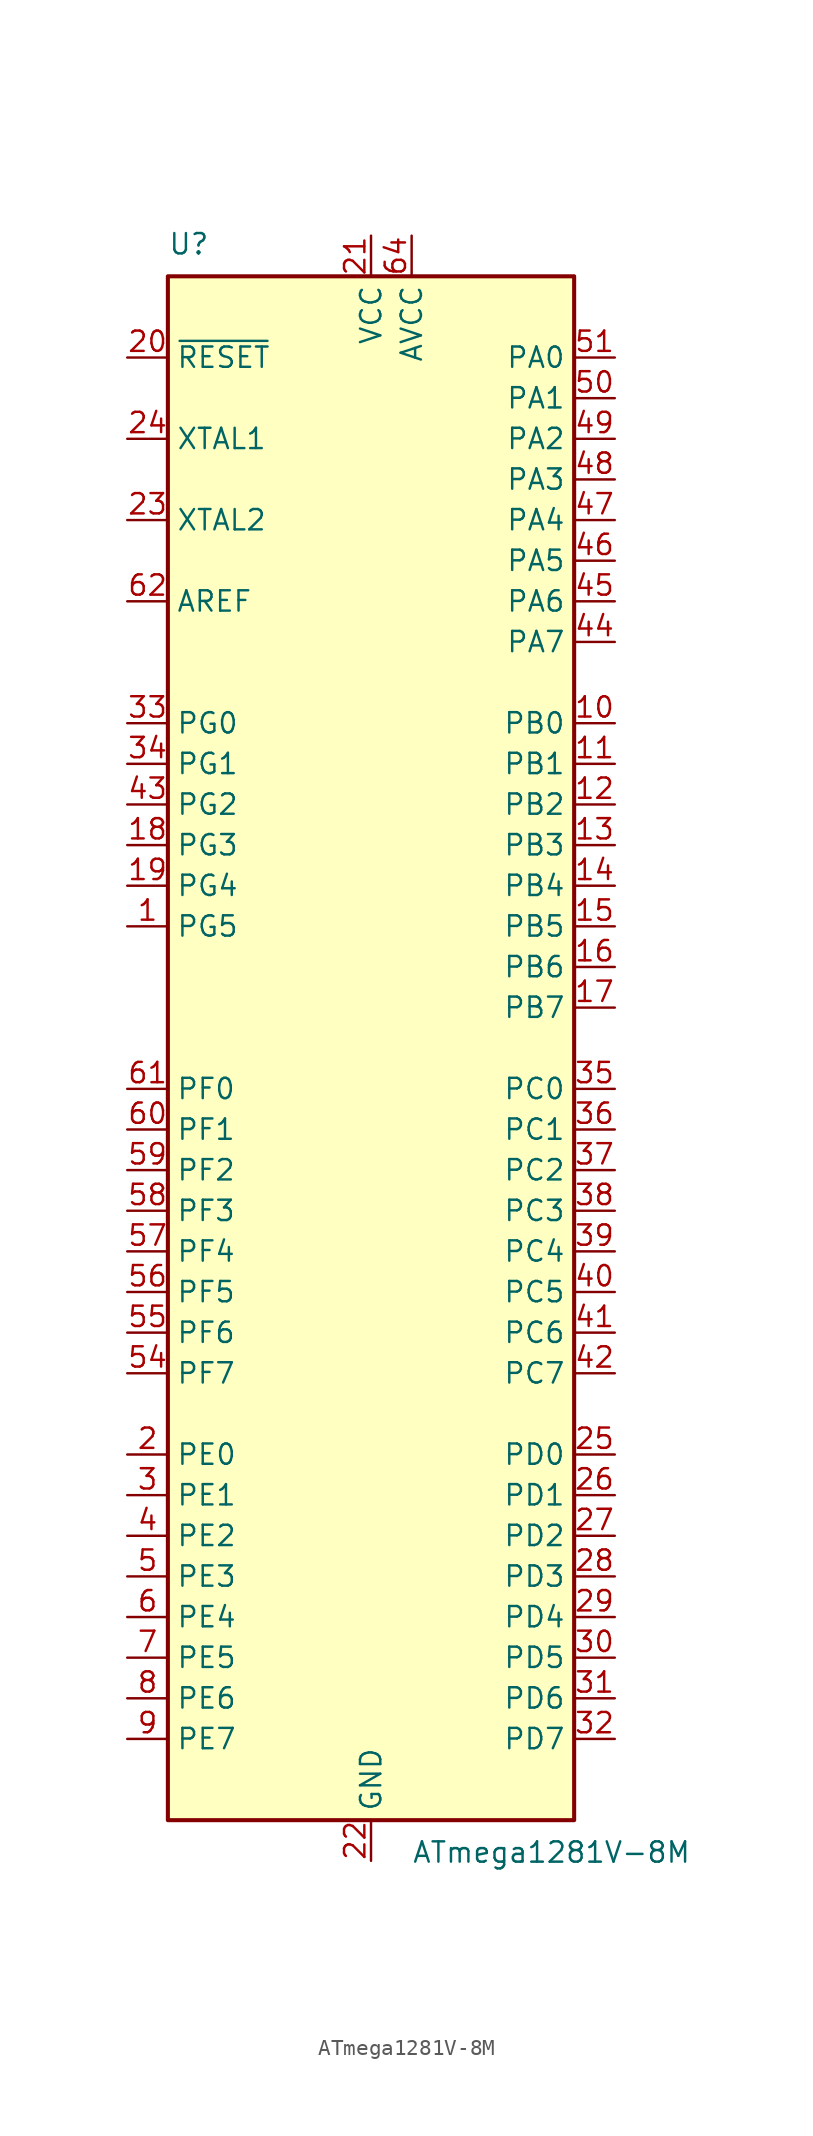
<source format=kicad_sym>
(kicad_symbol_lib
  (version 20231120)
  (generator "kicad_symbol_editor")
  (generator_version "8.0")
  (symbol "ATmega1281V-8M"
    (property "Reference" "U"
      (at -12.7 49.53 0)
      (effects (font (size 1.27 1.27)) (justify left bottom)))
    (property "Value" "ATmega1281V-8M"
      (at 2.54 -49.53 0)
      (effects (font (size 1.27 1.27)) (justify left top)))
    (symbol "ATmega1281V-8M_0_1"
      (rectangle (start -12.7 -48.26) (end 12.7 48.26) (stroke (width 0.254) (type default)) (fill (type background))))
    (symbol "ATmega1281V-8M_1_1"
      (pin bidirectional line (at -15.24 7.62 0) (length 2.54) (name "PG5" (effects (font (size 1.27 1.27)))) (number "1" (effects (font (size 1.27 1.27)))))
      (pin bidirectional line (at 15.24 20.32 180) (length 2.54) (name "PB0" (effects (font (size 1.27 1.27)))) (number "10" (effects (font (size 1.27 1.27)))))
      (pin bidirectional line (at 15.24 17.78 180) (length 2.54) (name "PB1" (effects (font (size 1.27 1.27)))) (number "11" (effects (font (size 1.27 1.27)))))
      (pin bidirectional line (at 15.24 15.24 180) (length 2.54) (name "PB2" (effects (font (size 1.27 1.27)))) (number "12" (effects (font (size 1.27 1.27)))))
      (pin bidirectional line (at 15.24 12.7 180) (length 2.54) (name "PB3" (effects (font (size 1.27 1.27)))) (number "13" (effects (font (size 1.27 1.27)))))
      (pin bidirectional line (at 15.24 10.16 180) (length 2.54) (name "PB4" (effects (font (size 1.27 1.27)))) (number "14" (effects (font (size 1.27 1.27)))))
      (pin bidirectional line (at 15.24 7.62 180) (length 2.54) (name "PB5" (effects (font (size 1.27 1.27)))) (number "15" (effects (font (size 1.27 1.27)))))
      (pin bidirectional line (at 15.24 5.08 180) (length 2.54) (name "PB6" (effects (font (size 1.27 1.27)))) (number "16" (effects (font (size 1.27 1.27)))))
      (pin bidirectional line (at 15.24 2.54 180) (length 2.54) (name "PB7" (effects (font (size 1.27 1.27)))) (number "17" (effects (font (size 1.27 1.27)))))
      (pin bidirectional line (at -15.24 12.7 0) (length 2.54) (name "PG3" (effects (font (size 1.27 1.27)))) (number "18" (effects (font (size 1.27 1.27)))))
      (pin bidirectional line (at -15.24 10.16 0) (length 2.54) (name "PG4" (effects (font (size 1.27 1.27)))) (number "19" (effects (font (size 1.27 1.27)))))
      (pin bidirectional line (at -15.24 -25.4 0) (length 2.54) (name "PE0" (effects (font (size 1.27 1.27)))) (number "2" (effects (font (size 1.27 1.27)))))
      (pin input line (at -15.24 43.18 0) (length 2.54) (name "~{RESET}" (effects (font (size 1.27 1.27)))) (number "20" (effects (font (size 1.27 1.27)))))
      (pin power_in line (at 0 50.8 270) (length 2.54) (name "VCC" (effects (font (size 1.27 1.27)))) (number "21" (effects (font (size 1.27 1.27)))))
      (pin power_in line (at 0 -50.8 90) (length 2.54) (name "GND" (effects (font (size 1.27 1.27)))) (number "22" (effects (font (size 1.27 1.27)))))
      (pin output line (at -15.24 33.02 0) (length 2.54) (name "XTAL2" (effects (font (size 1.27 1.27)))) (number "23" (effects (font (size 1.27 1.27)))))
      (pin input line (at -15.24 38.1 0) (length 2.54) (name "XTAL1" (effects (font (size 1.27 1.27)))) (number "24" (effects (font (size 1.27 1.27)))))
      (pin bidirectional line (at 15.24 -25.4 180) (length 2.54) (name "PD0" (effects (font (size 1.27 1.27)))) (number "25" (effects (font (size 1.27 1.27)))))
      (pin bidirectional line (at 15.24 -27.94 180) (length 2.54) (name "PD1" (effects (font (size 1.27 1.27)))) (number "26" (effects (font (size 1.27 1.27)))))
      (pin bidirectional line (at 15.24 -30.48 180) (length 2.54) (name "PD2" (effects (font (size 1.27 1.27)))) (number "27" (effects (font (size 1.27 1.27)))))
      (pin bidirectional line (at 15.24 -33.02 180) (length 2.54) (name "PD3" (effects (font (size 1.27 1.27)))) (number "28" (effects (font (size 1.27 1.27)))))
      (pin bidirectional line (at 15.24 -35.56 180) (length 2.54) (name "PD4" (effects (font (size 1.27 1.27)))) (number "29" (effects (font (size 1.27 1.27)))))
      (pin bidirectional line (at -15.24 -27.94 0) (length 2.54) (name "PE1" (effects (font (size 1.27 1.27)))) (number "3" (effects (font (size 1.27 1.27)))))
      (pin bidirectional line (at 15.24 -38.1 180) (length 2.54) (name "PD5" (effects (font (size 1.27 1.27)))) (number "30" (effects (font (size 1.27 1.27)))))
      (pin bidirectional line (at 15.24 -40.64 180) (length 2.54) (name "PD6" (effects (font (size 1.27 1.27)))) (number "31" (effects (font (size 1.27 1.27)))))
      (pin bidirectional line (at 15.24 -43.18 180) (length 2.54) (name "PD7" (effects (font (size 1.27 1.27)))) (number "32" (effects (font (size 1.27 1.27)))))
      (pin bidirectional line (at -15.24 20.32 0) (length 2.54) (name "PG0" (effects (font (size 1.27 1.27)))) (number "33" (effects (font (size 1.27 1.27)))))
      (pin bidirectional line (at -15.24 17.78 0) (length 2.54) (name "PG1" (effects (font (size 1.27 1.27)))) (number "34" (effects (font (size 1.27 1.27)))))
      (pin bidirectional line (at 15.24 -2.54 180) (length 2.54) (name "PC0" (effects (font (size 1.27 1.27)))) (number "35" (effects (font (size 1.27 1.27)))))
      (pin bidirectional line (at 15.24 -5.08 180) (length 2.54) (name "PC1" (effects (font (size 1.27 1.27)))) (number "36" (effects (font (size 1.27 1.27)))))
      (pin bidirectional line (at 15.24 -7.62 180) (length 2.54) (name "PC2" (effects (font (size 1.27 1.27)))) (number "37" (effects (font (size 1.27 1.27)))))
      (pin bidirectional line (at 15.24 -10.16 180) (length 2.54) (name "PC3" (effects (font (size 1.27 1.27)))) (number "38" (effects (font (size 1.27 1.27)))))
      (pin bidirectional line (at 15.24 -12.7 180) (length 2.54) (name "PC4" (effects (font (size 1.27 1.27)))) (number "39" (effects (font (size 1.27 1.27)))))
      (pin bidirectional line (at -15.24 -30.48 0) (length 2.54) (name "PE2" (effects (font (size 1.27 1.27)))) (number "4" (effects (font (size 1.27 1.27)))))
      (pin bidirectional line (at 15.24 -15.24 180) (length 2.54) (name "PC5" (effects (font (size 1.27 1.27)))) (number "40" (effects (font (size 1.27 1.27)))))
      (pin bidirectional line (at 15.24 -17.78 180) (length 2.54) (name "PC6" (effects (font (size 1.27 1.27)))) (number "41" (effects (font (size 1.27 1.27)))))
      (pin bidirectional line (at 15.24 -20.32 180) (length 2.54) (name "PC7" (effects (font (size 1.27 1.27)))) (number "42" (effects (font (size 1.27 1.27)))))
      (pin bidirectional line (at -15.24 15.24 0) (length 2.54) (name "PG2" (effects (font (size 1.27 1.27)))) (number "43" (effects (font (size 1.27 1.27)))))
      (pin bidirectional line (at 15.24 25.4 180) (length 2.54) (name "PA7" (effects (font (size 1.27 1.27)))) (number "44" (effects (font (size 1.27 1.27)))))
      (pin bidirectional line (at 15.24 27.94 180) (length 2.54) (name "PA6" (effects (font (size 1.27 1.27)))) (number "45" (effects (font (size 1.27 1.27)))))
      (pin bidirectional line (at 15.24 30.48 180) (length 2.54) (name "PA5" (effects (font (size 1.27 1.27)))) (number "46" (effects (font (size 1.27 1.27)))))
      (pin bidirectional line (at 15.24 33.02 180) (length 2.54) (name "PA4" (effects (font (size 1.27 1.27)))) (number "47" (effects (font (size 1.27 1.27)))))
      (pin bidirectional line (at 15.24 35.56 180) (length 2.54) (name "PA3" (effects (font (size 1.27 1.27)))) (number "48" (effects (font (size 1.27 1.27)))))
      (pin bidirectional line (at 15.24 38.1 180) (length 2.54) (name "PA2" (effects (font (size 1.27 1.27)))) (number "49" (effects (font (size 1.27 1.27)))))
      (pin bidirectional line (at -15.24 -33.02 0) (length 2.54) (name "PE3" (effects (font (size 1.27 1.27)))) (number "5" (effects (font (size 1.27 1.27)))))
      (pin bidirectional line (at 15.24 40.64 180) (length 2.54) (name "PA1" (effects (font (size 1.27 1.27)))) (number "50" (effects (font (size 1.27 1.27)))))
      (pin bidirectional line (at 15.24 43.18 180) (length 2.54) (name "PA0" (effects (font (size 1.27 1.27)))) (number "51" (effects (font (size 1.27 1.27)))))
      (pin passive line (at 0 50.8 270) (length 2.54) hide (name "VCC" (effects (font (size 1.27 1.27)))) (number "52" (effects (font (size 1.27 1.27)))))
      (pin passive line (at 0 -50.8 90) (length 2.54) hide (name "GND" (effects (font (size 1.27 1.27)))) (number "53" (effects (font (size 1.27 1.27)))))
      (pin bidirectional line (at -15.24 -20.32 0) (length 2.54) (name "PF7" (effects (font (size 1.27 1.27)))) (number "54" (effects (font (size 1.27 1.27)))))
      (pin bidirectional line (at -15.24 -17.78 0) (length 2.54) (name "PF6" (effects (font (size 1.27 1.27)))) (number "55" (effects (font (size 1.27 1.27)))))
      (pin bidirectional line (at -15.24 -15.24 0) (length 2.54) (name "PF5" (effects (font (size 1.27 1.27)))) (number "56" (effects (font (size 1.27 1.27)))))
      (pin bidirectional line (at -15.24 -12.7 0) (length 2.54) (name "PF4" (effects (font (size 1.27 1.27)))) (number "57" (effects (font (size 1.27 1.27)))))
      (pin bidirectional line (at -15.24 -10.16 0) (length 2.54) (name "PF3" (effects (font (size 1.27 1.27)))) (number "58" (effects (font (size 1.27 1.27)))))
      (pin bidirectional line (at -15.24 -7.62 0) (length 2.54) (name "PF2" (effects (font (size 1.27 1.27)))) (number "59" (effects (font (size 1.27 1.27)))))
      (pin bidirectional line (at -15.24 -35.56 0) (length 2.54) (name "PE4" (effects (font (size 1.27 1.27)))) (number "6" (effects (font (size 1.27 1.27)))))
      (pin bidirectional line (at -15.24 -5.08 0) (length 2.54) (name "PF1" (effects (font (size 1.27 1.27)))) (number "60" (effects (font (size 1.27 1.27)))))
      (pin bidirectional line (at -15.24 -2.54 0) (length 2.54) (name "PF0" (effects (font (size 1.27 1.27)))) (number "61" (effects (font (size 1.27 1.27)))))
      (pin passive line (at -15.24 27.94 0) (length 2.54) (name "AREF" (effects (font (size 1.27 1.27)))) (number "62" (effects (font (size 1.27 1.27)))))
      (pin passive line (at 0 -50.8 90) (length 2.54) hide (name "GND" (effects (font (size 1.27 1.27)))) (number "63" (effects (font (size 1.27 1.27)))))
      (pin power_in line (at 2.54 50.8 270) (length 2.54) (name "AVCC" (effects (font (size 1.27 1.27)))) (number "64" (effects (font (size 1.27 1.27)))))
      (pin passive line (at 0 -50.8 90) (length 2.54) hide (name "GND" (effects (font (size 1.27 1.27)))) (number "65" (effects (font (size 1.27 1.27)))))
      (pin bidirectional line (at -15.24 -38.1 0) (length 2.54) (name "PE5" (effects (font (size 1.27 1.27)))) (number "7" (effects (font (size 1.27 1.27)))))
      (pin bidirectional line (at -15.24 -40.64 0) (length 2.54) (name "PE6" (effects (font (size 1.27 1.27)))) (number "8" (effects (font (size 1.27 1.27)))))
      (pin bidirectional line (at -15.24 -43.18 0) (length 2.54) (name "PE7" (effects (font (size 1.27 1.27)))) (number "9" (effects (font (size 1.27 1.27))))))))
</source>
